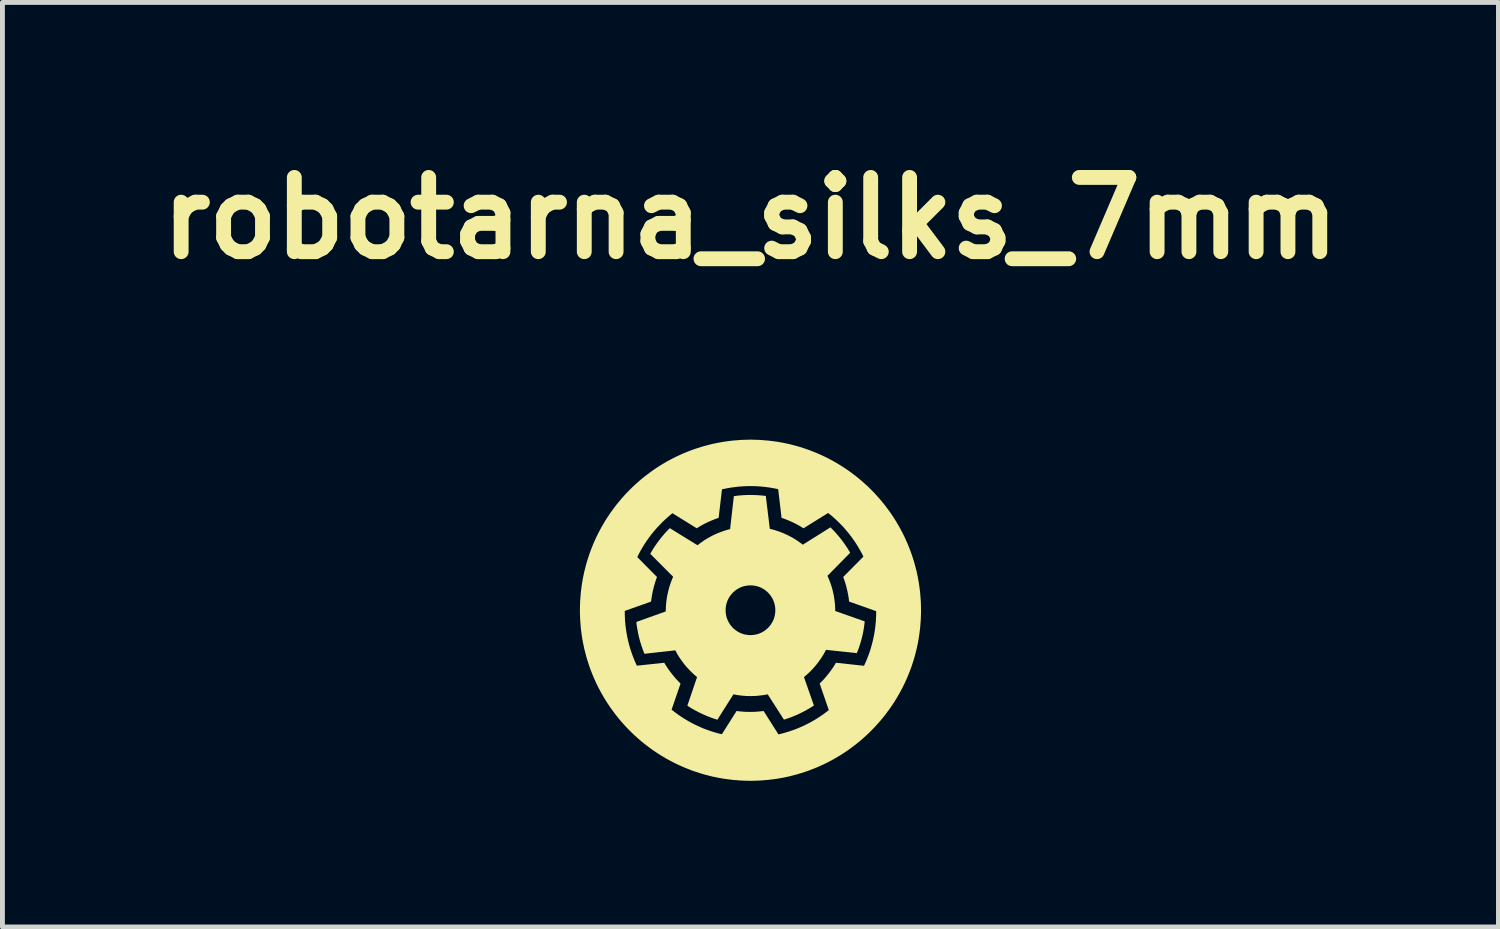
<source format=kicad_pcb>
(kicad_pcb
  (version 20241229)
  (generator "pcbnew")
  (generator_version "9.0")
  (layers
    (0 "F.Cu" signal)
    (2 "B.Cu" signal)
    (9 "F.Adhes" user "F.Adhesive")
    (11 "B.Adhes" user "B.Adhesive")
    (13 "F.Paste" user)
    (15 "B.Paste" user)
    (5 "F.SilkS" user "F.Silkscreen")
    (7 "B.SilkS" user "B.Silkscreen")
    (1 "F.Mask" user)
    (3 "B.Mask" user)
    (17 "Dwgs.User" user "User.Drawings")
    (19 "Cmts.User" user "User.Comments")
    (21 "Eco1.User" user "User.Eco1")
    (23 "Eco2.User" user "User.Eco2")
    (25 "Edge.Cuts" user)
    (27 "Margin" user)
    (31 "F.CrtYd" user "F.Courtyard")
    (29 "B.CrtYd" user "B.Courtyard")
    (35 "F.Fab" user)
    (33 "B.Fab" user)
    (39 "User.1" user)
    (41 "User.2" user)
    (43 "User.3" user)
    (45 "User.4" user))
  (footprint "robotarna_silks_7mm"
    (layer "F.Cu")
    (at 12.352 9.474)
    (property "Reference" "robotarna_silks_7mm" (at 0 -8.048 0) (layer "F.SilkS") (effects (font (size 1.524 1.524) (thickness 0.305))))
    (attr smd)
    (fp_poly (pts (xy -0.000006 0.511) (xy -2.314 0.429) (xy -2.307 0.466) (xy -2.299 0.503) (xy -2.291 0.54) (xy -2.282 0.576) (xy -2.272 0.613) (xy -2.262 0.649) (xy -2.251 0.684) (xy -2.24 0.72) (xy -2.228 0.755) (xy -2.216 0.79) (xy -2.203 0.825) (xy -2.19 0.859) (xy -2.176 0.894) (xy -1.543 0.823) (xy -1.525 0.856) (xy -1.507 0.889) (xy -1.488 0.922) (xy -1.468 0.954) (xy -1.447 0.985) (xy -1.426 1.016) (xy -1.404 1.047) (xy -1.382 1.077) (xy -1.359 1.106) (xy -1.335 1.136) (xy -1.311 1.164) (xy -1.286 1.192) (xy -1.26 1.219) (xy -1.234 1.246) (xy -1.208 1.273) (xy -1.18 1.298) (xy -1.153 1.324) (xy -1.124 1.348) (xy -1.096 1.372) (xy -1.295 1.958) (xy -1.264 1.979) (xy -1.232 1.999) (xy -1.2 2.018) (xy -1.167 2.037) (xy -1.134 2.056) (xy -1.101 2.073) (xy -1.067 2.091) (xy -1.033 2.108) (xy -0.999 2.124) (xy -0.965 2.14) (xy -0.93 2.155) (xy -0.895 2.17) (xy -0.859 2.184) (xy -0.824 2.198) (xy -0.788 2.211) (xy -0.752 2.224) (xy -0.715 2.236) (xy -0.679 2.247) (xy -0.35 1.726) (xy -0.313 1.733) (xy -0.275 1.74) (xy -0.236 1.745) (xy -0.198 1.75) (xy -0.159 1.754) (xy -0.12 1.757) (xy -0.081 1.76) (xy -0.041 1.761) (xy -0.001 1.762) (xy 0.035 1.761) (xy 0.071 1.76) (xy 0.108 1.758) (xy 0.143 1.756) (xy 0.179 1.752) (xy 0.215 1.748) (xy 0.25 1.744) (xy 0.285 1.738) (xy 0.32 1.732) (xy 0.354 1.726) (xy 0.687 2.245) (xy 0.723 2.234) (xy 0.76 2.222) (xy 0.796 2.209) (xy 0.832 2.196) (xy 0.867 2.182) (xy 0.902 2.168) (xy 0.937 2.153) (xy 0.972 2.138) (xy 1.006 2.122) (xy 1.04 2.105) (xy 1.074 2.088) (xy 1.108 2.071) (xy 1.141 2.053) (xy 1.174 2.034) (xy 1.206 2.015) (xy 1.238 1.996) (xy 1.27 1.976) (xy 1.302 1.955) (xy 1.098 1.372) (xy 1.127 1.347) (xy 1.156 1.322) (xy 1.184 1.297) (xy 1.212 1.271) (xy 1.239 1.244) (xy 1.265 1.217) (xy 1.291 1.189) (xy 1.316 1.16) (xy 1.341 1.131) (xy 1.364 1.102) (xy 1.388 1.072) (xy 1.41 1.041) (xy 1.432 1.01) (xy 1.454 0.978) (xy 1.474 0.946) (xy 1.494 0.914) (xy 1.514 0.881) (xy 1.532 0.847) (xy 1.55 0.813) (xy 2.183 0.88) (xy 2.197 0.845) (xy 2.21 0.811) (xy 2.223 0.776) (xy 2.235 0.741) (xy 2.246 0.706) (xy 2.257 0.671) (xy 2.268 0.635) (xy 2.278 0.599) (xy 2.287 0.563) (xy 2.296 0.527) (xy 2.304 0.49) (xy 2.312 0.453) (xy 2.319 0.416) (xy 2.325 0.379) (xy 2.331 0.342) (xy 2.336 0.304) (xy 2.341 0.266) (xy 2.345 0.229) (xy 1.74 0.016) (xy 1.739 -0.025) (xy 1.738 -0.065) (xy 1.735 -0.105) (xy 1.732 -0.145) (xy 1.727 -0.184) (xy 1.722 -0.224) (xy 1.716 -0.263) (xy 1.71 -0.302) (xy 1.702 -0.34) (xy 1.693 -0.378) (xy 1.684 -0.416) (xy 1.674 -0.453) (xy 1.663 -0.491) (xy 1.651 -0.527) (xy 1.638 -0.564) (xy 1.625 -0.6) (xy 1.611 -0.636) (xy 1.596 -0.671) (xy 1.58 -0.706) (xy 2.046 -1.18) (xy 2.027 -1.213) (xy 2.006 -1.247) (xy 1.986 -1.28) (xy 1.964 -1.313) (xy 1.942 -1.345) (xy 1.92 -1.377) (xy 1.897 -1.408) (xy 1.874 -1.44) (xy 1.85 -1.47) (xy 1.825 -1.501) (xy 1.8 -1.53) (xy 1.775 -1.56) (xy 1.749 -1.589) (xy 1.723 -1.618) (xy 1.696 -1.646) (xy 1.669 -1.674) (xy 1.641 -1.701) (xy 1.074 -1.345) (xy 1.045 -1.368) (xy 1.014 -1.39) (xy 0.984 -1.412) (xy 0.953 -1.433) (xy 0.921 -1.453) (xy 0.889 -1.473) (xy 0.856 -1.492) (xy 0.823 -1.51) (xy 0.79 -1.527) (xy 0.756 -1.544) (xy 0.722 -1.56) (xy 0.687 -1.576) (xy 0.652 -1.59) (xy 0.617 -1.604) (xy 0.581 -1.617) (xy 0.545 -1.629) (xy 0.508 -1.641) (xy 0.471 -1.652) (xy 0.434 -1.662) (xy 0.397 -1.671) (xy 0.315 -2.345) (xy 0.277 -2.35) (xy 0.238 -2.354) (xy 0.2 -2.357) (xy 0.161 -2.36) (xy 0.122 -2.363) (xy 0.083 -2.364) (xy 0.044 -2.365) (xy 0.004 -2.366) (xy -0.035 -2.365) (xy -0.074 -2.365) (xy -0.113 -2.363) (xy -0.151 -2.361) (xy -0.189 -2.358) (xy -0.228 -2.355) (xy -0.266 -2.351) (xy -0.304 -2.346) (xy -0.341 -2.341) (xy -0.418 -1.665) (xy -0.455 -1.656) (xy -0.492 -1.645) (xy -0.528 -1.634) (xy -0.564 -1.622) (xy -0.6 -1.609) (xy -0.635 -1.596) (xy -0.67 -1.582) (xy -0.705 -1.567) (xy -0.739 -1.551) (xy -0.773 -1.535) (xy -0.806 -1.518) (xy -0.839 -1.5) (xy -0.872 -1.481) (xy -0.904 -1.462) (xy -0.936 -1.443) (xy -0.967 -1.422) (xy -0.997 -1.401) (xy -1.028 -1.379) (xy -1.057 -1.357) (xy -1.087 -1.334) (xy -1.656 -1.685) (xy -1.683 -1.657) (xy -1.71 -1.629) (xy -1.737 -1.601) (xy -1.763 -1.572) (xy -1.788 -1.542) (xy -1.814 -1.512) (xy -1.838 -1.482) (xy -1.862 -1.451) (xy -1.886 -1.42) (xy -1.909 -1.389) (xy -1.932 -1.357) (xy -1.954 -1.325) (xy -1.976 -1.292) (xy -1.997 -1.259) (xy -2.017 -1.226) (xy -2.037 -1.192) (xy -2.057 -1.158) (xy -1.587 -0.687) (xy -1.602 -0.653) (xy -1.616 -0.618) (xy -1.629 -0.583) (xy -1.642 -0.548) (xy -1.654 -0.512) (xy -1.665 -0.476) (xy -1.676 -0.439) (xy -1.685 -0.402) (xy -1.694 -0.365) (xy -1.702 -0.328) (xy -1.71 -0.29) (xy -1.716 -0.252) (xy -1.722 -0.214) (xy -1.727 -0.176) (xy -1.731 -0.137) (xy -1.734 -0.098) (xy -1.736 -0.059) (xy -1.737 -0.019) (xy -1.738 0.02) (xy -1.738 0.024) (xy -2.342 0.241) (xy -2.338 0.279) (xy -2.333 0.317) (xy -2.327 0.355) (xy -2.321 0.392) (xy -2.314 0.429) (xy -0.000006 0.511) (xy -0.036 0.509) (xy -0.072 0.505) (xy -0.107 0.499) (xy -0.141 0.491) (xy -0.175 0.48) (xy -0.207 0.467) (xy -0.238 0.452) (xy -0.267 0.435) (xy -0.296 0.416) (xy -0.323 0.395) (xy -0.349 0.373) (xy -0.373 0.349) (xy -0.395 0.323) (xy -0.416 0.296) (xy -0.435 0.267) (xy -0.452 0.238) (xy -0.467 0.207) (xy -0.48 0.175) (xy -0.491 0.141) (xy -0.499 0.107) (xy -0.505 0.072) (xy -0.509 0.036) (xy -0.51 0.000012) (xy -0.509 -0.036) (xy -0.505 -0.072) (xy -0.499 -0.107) (xy -0.491 -0.141) (xy -0.48 -0.174) (xy -0.467 -0.207) (xy -0.452 -0.238) (xy -0.435 -0.267) (xy -0.416 -0.296) (xy -0.395 -0.323) (xy -0.373 -0.349) (xy -0.349 -0.373) (xy -0.323 -0.395) (xy -0.296 -0.416) (xy -0.267 -0.435) (xy -0.238 -0.452) (xy -0.207 -0.467) (xy -0.175 -0.48) (xy -0.141 -0.491) (xy -0.107 -0.499) (xy -0.072 -0.505) (xy -0.036 -0.509) (xy -0.000006 -0.51) (xy 0.036 -0.509) (xy 0.072 -0.505) (xy 0.107 -0.499) (xy 0.141 -0.491) (xy 0.174 -0.48) (xy 0.207 -0.467) (xy 0.238 -0.452) (xy 0.267 -0.435) (xy 0.296 -0.416) (xy 0.323 -0.395) (xy 0.349 -0.373) (xy 0.373 -0.349) (xy 0.395 -0.323) (xy 0.416 -0.296) (xy 0.435 -0.267) (xy 0.452 -0.238) (xy 0.467 -0.207) (xy 0.48 -0.174) (xy 0.491 -0.141) (xy 0.499 -0.107) (xy 0.505 -0.072) (xy 0.509 -0.036) (xy 0.51 0.000012) (xy 0.509 0.036) (xy 0.505 0.072) (xy 0.499 0.107) (xy 0.491 0.141) (xy 0.48 0.175) (xy 0.467 0.207) (xy 0.452 0.238) (xy 0.435 0.267) (xy 0.416 0.296) (xy 0.395 0.323) (xy 0.373 0.349) (xy 0.349 0.373) (xy 0.323 0.395) (xy 0.296 0.416) (xy 0.267 0.435) (xy 0.238 0.452) (xy 0.207 0.467) (xy 0.174 0.48) (xy 0.141 0.491) (xy 0.107 0.499) (xy 0.072 0.505) (xy 0.036 0.509) (xy -0.000006 0.511)) (stroke (width 0) (type solid)) (fill yes) (layer "F.SilkS"))
    (fp_poly (pts (xy 2.33 1.14) (xy 0.517 3.462) (xy 0.553 3.457) (xy 0.589 3.451) (xy 0.625 3.444) (xy 0.661 3.438) (xy 0.696 3.431) (xy 0.732 3.423) (xy 0.767 3.416) (xy 0.803 3.408) (xy 0.838 3.399) (xy 0.873 3.39) (xy 0.907 3.381) (xy 0.942 3.372) (xy 0.976 3.362) (xy 1.011 3.352) (xy 1.045 3.341) (xy 1.079 3.33) (xy 1.113 3.319) (xy 1.147 3.308) (xy 1.18 3.296) (xy 1.214 3.284) (xy 1.247 3.271) (xy 1.28 3.258) (xy 1.313 3.245) (xy 1.346 3.232) (xy 1.379 3.218) (xy 1.411 3.204) (xy 1.443 3.189) (xy 1.476 3.175) (xy 1.507 3.16) (xy 1.539 3.144) (xy 1.571 3.129) (xy 1.602 3.113) (xy 1.633 3.096) (xy 1.664 3.08) (xy 1.695 3.063) (xy 1.726 3.046) (xy 1.756 3.028) (xy 1.787 3.01) (xy 1.817 2.992) (xy 1.847 2.974) (xy 1.876 2.955) (xy 1.906 2.936) (xy 1.935 2.917) (xy 1.964 2.897) (xy 1.993 2.878) (xy 2.022 2.857) (xy 2.05 2.837) (xy 2.078 2.816) (xy 2.106 2.795) (xy 2.134 2.774) (xy 2.162 2.753) (xy 2.189 2.731) (xy 2.216 2.709) (xy 2.243 2.687) (xy 2.27 2.664) (xy 2.296 2.642) (xy 2.322 2.618) (xy 2.348 2.595) (xy 2.374 2.572) (xy 2.4 2.548) (xy 2.425 2.524) (xy 2.45 2.499) (xy 2.475 2.475) (xy 2.499 2.45) (xy 2.524 2.425) (xy 2.548 2.4) (xy 2.572 2.374) (xy 2.595 2.348) (xy 2.618 2.322) (xy 2.642 2.296) (xy 2.664 2.27) (xy 2.687 2.243) (xy 2.709 2.216) (xy 2.731 2.189) (xy 2.753 2.162) (xy 2.774 2.134) (xy 2.795 2.106) (xy 2.816 2.078) (xy 2.837 2.05) (xy 2.857 2.022) (xy 2.878 1.993) (xy 2.897 1.964) (xy 2.917 1.935) (xy 2.936 1.906) (xy 2.955 1.876) (xy 2.974 1.847) (xy 2.992 1.817) (xy 3.01 1.787) (xy 3.028 1.756) (xy 3.046 1.726) (xy 3.063 1.695) (xy 3.08 1.664) (xy 3.096 1.633) (xy 3.113 1.602) (xy 3.129 1.571) (xy 3.144 1.539) (xy 3.16 1.507) (xy 3.175 1.476) (xy 3.189 1.443) (xy 3.204 1.411) (xy 3.218 1.379) (xy 3.232 1.346) (xy 3.245 1.313) (xy 3.258 1.28) (xy 3.271 1.247) (xy 3.284 1.214) (xy 3.296 1.18) (xy 3.308 1.147) (xy 3.319 1.113) (xy 3.33 1.079) (xy 3.341 1.045) (xy 3.352 1.011) (xy 3.362 0.976) (xy 3.372 0.942) (xy 3.381 0.907) (xy 3.39 0.873) (xy 3.399 0.838) (xy 3.408 0.803) (xy 3.416 0.767) (xy 3.423 0.732) (xy 3.431 0.696) (xy 3.438 0.661) (xy 3.444 0.625) (xy 3.451 0.589) (xy 3.457 0.553) (xy 3.462 0.517) (xy 3.467 0.481) (xy 3.472 0.445) (xy 3.476 0.408) (xy 3.481 0.372) (xy 3.484 0.335) (xy 3.487 0.298) (xy 3.49 0.261) (xy 3.493 0.224) (xy 3.495 0.187) (xy 3.497 0.15) (xy 3.498 0.113) (xy 3.499 0.075) (xy 3.5 0.038) (xy 3.5 0.00001) (xy 3.5 -0.038) (xy 3.499 -0.075) (xy 3.498 -0.113) (xy 3.497 -0.15) (xy 3.495 -0.187) (xy 3.493 -0.224) (xy 3.49 -0.261) (xy 3.487 -0.298) (xy 3.484 -0.335) (xy 3.481 -0.372) (xy 3.476 -0.408) (xy 3.472 -0.445) (xy 3.467 -0.481) (xy 3.462 -0.517) (xy 3.457 -0.553) (xy 3.451 -0.589) (xy 3.444 -0.625) (xy 3.438 -0.661) (xy 3.431 -0.696) (xy 3.423 -0.732) (xy 3.416 -0.767) (xy 3.408 -0.803) (xy 3.399 -0.838) (xy 3.39 -0.873) (xy 3.381 -0.907) (xy 3.372 -0.942) (xy 3.362 -0.976) (xy 3.352 -1.011) (xy 3.341 -1.045) (xy 3.33 -1.079) (xy 3.319 -1.113) (xy 3.308 -1.147) (xy 3.296 -1.18) (xy 3.284 -1.214) (xy 3.271 -1.247) (xy 3.258 -1.28) (xy 3.245 -1.313) (xy 3.232 -1.346) (xy 3.218 -1.379) (xy 3.204 -1.411) (xy 3.189 -1.443) (xy 3.175 -1.476) (xy 3.16 -1.507) (xy 3.144 -1.539) (xy 3.129 -1.571) (xy 3.113 -1.602) (xy 3.096 -1.633) (xy 3.08 -1.664) (xy 3.063 -1.695) (xy 3.046 -1.726) (xy 3.028 -1.756) (xy 3.01 -1.787) (xy 2.992 -1.817) (xy 2.974 -1.847) (xy 2.955 -1.876) (xy 2.936 -1.906) (xy 2.917 -1.935) (xy 2.897 -1.964) (xy 2.878 -1.993) (xy 2.857 -2.022) (xy 2.837 -2.05) (xy 2.816 -2.078) (xy 2.795 -2.106) (xy 2.774 -2.134) (xy 2.753 -2.162) (xy 2.731 -2.189) (xy 2.709 -2.216) (xy 2.687 -2.243) (xy 2.664 -2.27) (xy 2.642 -2.296) (xy 2.618 -2.322) (xy 2.595 -2.348) (xy 2.572 -2.374) (xy 2.548 -2.4) (xy 2.524 -2.425) (xy 2.499 -2.45) (xy 2.475 -2.475) (xy 2.45 -2.499) (xy 2.425 -2.524) (xy 2.4 -2.548) (xy 2.374 -2.572) (xy 2.348 -2.595) (xy 2.322 -2.618) (xy 2.296 -2.642) (xy 2.27 -2.664) (xy 2.243 -2.687) (xy 2.216 -2.709) (xy 2.189 -2.731) (xy 2.162 -2.753) (xy 2.134 -2.774) (xy 2.106 -2.795) (xy 2.078 -2.816) (xy 2.05 -2.837) (xy 2.022 -2.857) (xy 1.993 -2.878) (xy 1.964 -2.897) (xy 1.935 -2.917) (xy 1.906 -2.936) (xy 1.876 -2.955) (xy 1.847 -2.974) (xy 1.817 -2.992) (xy 1.787 -3.01) (xy 1.756 -3.028) (xy 1.726 -3.046) (xy 1.695 -3.063) (xy 1.664 -3.08) (xy 1.633 -3.096) (xy 1.602 -3.113) (xy 1.571 -3.129) (xy 1.539 -3.144) (xy 1.507 -3.16) (xy 1.476 -3.175) (xy 1.443 -3.189) (xy 1.411 -3.204) (xy 1.379 -3.218) (xy 1.346 -3.232) (xy 1.313 -3.245) (xy 1.28 -3.258) (xy 1.247 -3.271) (xy 1.214 -3.284) (xy 1.18 -3.296) (xy 1.147 -3.308) (xy 1.113 -3.319) (xy 1.079 -3.33) (xy 1.045 -3.341) (xy 1.011 -3.352) (xy 0.976 -3.362) (xy 0.942 -3.372) (xy 0.907 -3.381) (xy 0.873 -3.39) (xy 0.838 -3.399) (xy 0.803 -3.408) (xy 0.767 -3.416) (xy 0.732 -3.423) (xy 0.696 -3.431) (xy 0.661 -3.438) (xy 0.625 -3.444) (xy 0.589 -3.451) (xy 0.553 -3.457) (xy 0.517 -3.462) (xy 0.481 -3.467) (xy 0.445 -3.472) (xy 0.408 -3.476) (xy 0.372 -3.481) (xy 0.335 -3.484) (xy 0.298 -3.487) (xy 0.261 -3.49) (xy 0.224 -3.493) (xy 0.187 -3.495) (xy 0.15 -3.497) (xy 0.113 -3.498) (xy 0.075 -3.499) (xy 0.038 -3.5) (xy -0.00001 -3.5) (xy -0.038 -3.5) (xy -0.075 -3.499) (xy -0.113 -3.498) (xy -0.15 -3.497) (xy -0.187 -3.495) (xy -0.224 -3.493) (xy -0.261 -3.49) (xy -0.298 -3.487) (xy -0.335 -3.484) (xy -0.372 -3.481) (xy -0.408 -3.476) (xy -0.445 -3.472) (xy -0.481 -3.467) (xy -0.517 -3.462) (xy -0.553 -3.457) (xy -0.589 -3.451) (xy -0.625 -3.444) (xy -0.661 -3.438) (xy -0.696 -3.431) (xy -0.732 -3.423) (xy -0.767 -3.416) (xy -0.803 -3.408) (xy -0.838 -3.399) (xy -0.873 -3.39) (xy -0.907 -3.381) (xy -0.942 -3.372) (xy -0.976 -3.362) (xy -1.011 -3.352) (xy -1.045 -3.341) (xy -1.079 -3.33) (xy -1.113 -3.319) (xy -1.147 -3.308) (xy -1.18 -3.296) (xy -1.214 -3.284) (xy -1.247 -3.271) (xy -1.28 -3.258) (xy -1.313 -3.245) (xy -1.346 -3.232) (xy -1.379 -3.218) (xy -1.411 -3.204) (xy -1.443 -3.189) (xy -1.476 -3.175) (xy -1.507 -3.16) (xy -1.539 -3.144) (xy -1.571 -3.129) (xy -1.602 -3.113) (xy -1.633 -3.096) (xy -1.664 -3.08) (xy -1.695 -3.063) (xy -1.726 -3.046) (xy -1.756 -3.028) (xy -1.787 -3.01) (xy -1.817 -2.992) (xy -1.847 -2.974) (xy -1.876 -2.955) (xy -1.906 -2.936) (xy -1.935 -2.917) (xy -1.964 -2.897) (xy -1.993 -2.878) (xy -2.022 -2.857) (xy -2.05 -2.837) (xy -2.078 -2.816) (xy -2.106 -2.795) (xy -2.134 -2.774) (xy -2.162 -2.753) (xy -2.189 -2.731) (xy -2.216 -2.709) (xy -2.243 -2.687) (xy -2.27 -2.664) (xy -2.296 -2.642) (xy -2.322 -2.618) (xy -2.348 -2.595) (xy -2.374 -2.572) (xy -2.4 -2.548) (xy -2.425 -2.524) (xy -2.45 -2.499) (xy -2.475 -2.475) (xy -2.499 -2.45) (xy -2.524 -2.425) (xy -2.548 -2.4) (xy -2.572 -2.374) (xy -2.595 -2.348) (xy -2.618 -2.322) (xy -2.642 -2.296) (xy -2.664 -2.27) (xy -2.687 -2.243) (xy -2.709 -2.216) (xy -2.731 -2.189) (xy -2.753 -2.162) (xy -2.774 -2.134) (xy -2.795 -2.106) (xy -2.816 -2.078) (xy -2.837 -2.05) (xy -2.857 -2.022) (xy -2.878 -1.993) (xy -2.897 -1.964) (xy -2.917 -1.935) (xy -2.936 -1.906) (xy -2.955 -1.876) (xy -2.974 -1.847) (xy -2.992 -1.817) (xy -3.01 -1.787) (xy -3.028 -1.756) (xy -3.046 -1.726) (xy -3.063 -1.695) (xy -3.08 -1.664) (xy -3.096 -1.633) (xy -3.113 -1.602) (xy -3.129 -1.571) (xy -3.144 -1.539) (xy -3.16 -1.507) (xy -3.175 -1.476) (xy -3.189 -1.443) (xy -3.204 -1.411) (xy -3.218 -1.379) (xy -3.232 -1.346) (xy -3.245 -1.313) (xy -3.258 -1.28) (xy -3.271 -1.247) (xy -3.284 -1.214) (xy -3.296 -1.18) (xy -3.308 -1.147) (xy -3.319 -1.113) (xy -3.33 -1.079) (xy -3.341 -1.045) (xy -3.352 -1.011) (xy -3.362 -0.976) (xy -3.372 -0.942) (xy -3.381 -0.907) (xy -3.39 -0.873) (xy -3.399 -0.838) (xy -3.408 -0.803) (xy -3.416 -0.767) (xy -3.423 -0.732) (xy -3.431 -0.696) (xy -3.438 -0.661) (xy -3.444 -0.625) (xy -3.451 -0.589) (xy -3.457 -0.553) (xy -3.462 -0.517) (xy -3.467 -0.481) (xy -3.472 -0.445) (xy -3.476 -0.408) (xy -3.481 -0.372) (xy -3.484 -0.335) (xy -3.487 -0.298) (xy -3.49 -0.261) (xy -3.493 -0.224) (xy -3.495 -0.187) (xy -3.497 -0.15) (xy -3.498 -0.113) (xy -3.499 -0.075) (xy -3.5 -0.038) (xy -3.5 0.00001) (xy -3.5 0.038) (xy -3.499 0.075) (xy -3.498 0.113) (xy -3.497 0.15) (xy -3.495 0.187) (xy -3.493 0.224) (xy -3.49 0.261) (xy -3.487 0.298) (xy -3.484 0.335) (xy -3.481 0.372) (xy -3.476 0.408) (xy -3.472 0.445) (xy -3.467 0.481) (xy -3.462 0.517) (xy -3.457 0.553) (xy -3.451 0.589) (xy -3.444 0.625) (xy -3.438 0.661) (xy -3.431 0.696) (xy -3.423 0.732) (xy -3.416 0.767) (xy -3.408 0.803) (xy -3.399 0.838) (xy -3.39 0.873) (xy -3.381 0.907) (xy -3.372 0.942) (xy -3.362 0.976) (xy -3.352 1.011) (xy -3.341 1.045) (xy -3.33 1.079) (xy -3.319 1.113) (xy -3.308 1.147) (xy -3.296 1.18) (xy -3.284 1.214) (xy -3.271 1.247) (xy -3.258 1.28) (xy -3.245 1.313) (xy -3.232 1.346) (xy -3.218 1.379) (xy -3.204 1.411) (xy -3.189 1.443) (xy -3.175 1.476) (xy -3.16 1.507) (xy -3.144 1.539) (xy -3.129 1.571) (xy -3.113 1.602) (xy -3.096 1.633) (xy -3.08 1.664) (xy -3.063 1.695) (xy -3.046 1.726) (xy -3.028 1.756) (xy -3.01 1.787) (xy -2.992 1.817) (xy -2.974 1.847) (xy -2.955 1.876) (xy -2.936 1.906) (xy -2.917 1.935) (xy -2.897 1.964) (xy -2.878 1.993) (xy -2.857 2.022) (xy -2.837 2.05) (xy -2.816 2.078) (xy -2.795 2.106) (xy -2.774 2.134) (xy -2.753 2.162) (xy -2.731 2.189) (xy -2.709 2.216) (xy -2.687 2.243) (xy -2.664 2.27) (xy -2.642 2.296) (xy -2.618 2.322) (xy -2.595 2.348) (xy -2.572 2.374) (xy -2.548 2.4) (xy -2.524 2.425) (xy -2.499 2.45) (xy -2.475 2.475) (xy -2.45 2.499) (xy -2.425 2.524) (xy -2.4 2.548) (xy -2.374 2.572) (xy -2.348 2.595) (xy -2.322 2.618) (xy -2.296 2.642) (xy -2.27 2.664) (xy -2.243 2.687) (xy -2.216 2.709) (xy -2.189 2.731) (xy -2.162 2.753) (xy -2.134 2.774) (xy -2.106 2.795) (xy -2.078 2.816) (xy -2.05 2.837) (xy -2.022 2.857) (xy -1.993 2.878) (xy -1.964 2.897) (xy -1.935 2.917) (xy -1.906 2.936) (xy -1.876 2.955) (xy -1.847 2.974) (xy -1.817 2.992) (xy -1.787 3.01) (xy -1.756 3.028) (xy -1.726 3.046) (xy -1.695 3.063) (xy -1.664 3.08) (xy -1.633 3.096) (xy -1.602 3.113) (xy -1.571 3.129) (xy -1.539 3.144) (xy -1.507 3.16) (xy -1.476 3.175) (xy -1.443 3.189) (xy -1.411 3.204) (xy -1.379 3.218) (xy -1.346 3.232) (xy -1.313 3.245) (xy -1.28 3.258) (xy -1.247 3.271) (xy -1.214 3.284) (xy -1.18 3.296) (xy -1.147 3.308) (xy -1.113 3.319) (xy -1.079 3.33) (xy -1.045 3.341) (xy -1.011 3.352) (xy -0.976 3.362) (xy -0.942 3.372) (xy -0.907 3.381) (xy -0.873 3.39) (xy -0.838 3.399) (xy -0.803 3.408) (xy -0.767 3.416) (xy -0.732 3.423) (xy -0.696 3.431) (xy -0.661 3.438) (xy -0.625 3.444) (xy -0.589 3.451) (xy -0.553 3.457) (xy -0.517 3.462) (xy -0.481 3.467) (xy -0.445 3.472) (xy -0.408 3.476) (xy -0.372 3.481) (xy -0.335 3.484) (xy -0.298 3.487) (xy -0.261 3.49) (xy -0.224 3.493) (xy -0.187 3.495) (xy -0.15 3.497) (xy -0.113 3.498) (xy -0.075 3.499) (xy -0.038 3.5) (xy -0.00001 3.5) (xy 0.038 3.5) (xy 0.075 3.499) (xy 0.113 3.498) (xy 0.15 3.497) (xy 0.187 3.495) (xy 0.224 3.493) (xy 0.261 3.49) (xy 0.298 3.487) (xy 0.335 3.484) (xy 0.372 3.481) (xy 0.408 3.476) (xy 0.445 3.472) (xy 0.481 3.467) (xy 0.517 3.462) (xy 2.33 1.14) (xy 1.755 1.078) (xy 1.735 1.111) (xy 1.714 1.144) (xy 1.693 1.177) (xy 1.671 1.209) (xy 1.648 1.241) (xy 1.625 1.272) (xy 1.601 1.303) (xy 1.577 1.333) (xy 1.552 1.363) (xy 1.527 1.393) (xy 1.501 1.422) (xy 1.474 1.45) (xy 1.447 1.478) (xy 1.42 1.505) (xy 1.608 2.05) (xy 1.578 2.073) (xy 1.547 2.096) (xy 1.517 2.119) (xy 1.486 2.141) (xy 1.454 2.163) (xy 1.423 2.184) (xy 1.391 2.205) (xy 1.358 2.226) (xy 1.326 2.246) (xy 1.293 2.265) (xy 1.26 2.284) (xy 1.226 2.303) (xy 1.192 2.321) (xy 1.158 2.338) (xy 1.123 2.355) (xy 1.089 2.372) (xy 1.054 2.388) (xy 1.018 2.403) (xy 0.983 2.418) (xy 0.947 2.433) (xy 0.911 2.447) (xy 0.874 2.46) (xy 0.838 2.473) (xy 0.801 2.485) (xy 0.764 2.497) (xy 0.726 2.508) (xy 0.689 2.519) (xy 0.651 2.529) (xy 0.613 2.539) (xy 0.574 2.548) (xy 0.27 2.068) (xy 0.236 2.072) (xy 0.201 2.076) (xy 0.167 2.079) (xy 0.132 2.082) (xy 0.098 2.084) (xy 0.063 2.086) (xy 0.028 2.086) (xy -0.007 2.087) (xy -0.043 2.086) (xy -0.078 2.086) (xy -0.113 2.084) (xy -0.147 2.082) (xy -0.182 2.079) (xy -0.216 2.076) (xy -0.251 2.072) (xy -0.285 2.068) (xy -0.587 2.545) (xy -0.626 2.536) (xy -0.664 2.526) (xy -0.702 2.515) (xy -0.739 2.505) (xy -0.777 2.493) (xy -0.814 2.481) (xy -0.851 2.468) (xy -0.887 2.455) (xy -0.924 2.442) (xy -0.96 2.428) (xy -0.996 2.413) (xy -1.031 2.398) (xy -1.066 2.382) (xy -1.101 2.366) (xy -1.136 2.349) (xy -1.171 2.332) (xy -1.205 2.314) (xy -1.238 2.296) (xy -1.272 2.277) (xy -1.305 2.258) (xy -1.338 2.238) (xy -1.371 2.218) (xy -1.403 2.197) (xy -1.435 2.176) (xy -1.466 2.155) (xy -1.498 2.133) (xy -1.529 2.11) (xy -1.559 2.087) (xy -1.589 2.064) (xy -1.619 2.04) (xy -1.435 1.505) (xy -1.462 1.478) (xy -1.489 1.45) (xy -1.516 1.422) (xy -1.542 1.393) (xy -1.567 1.363) (xy -1.592 1.333) (xy -1.616 1.303) (xy -1.64 1.272) (xy -1.663 1.241) (xy -1.686 1.209) (xy -1.708 1.177) (xy -1.729 1.144) (xy -1.75 1.111) (xy -1.77 1.078) (xy -2.331 1.138) (xy -2.347 1.105) (xy -2.362 1.071) (xy -2.377 1.037) (xy -2.391 1.002) (xy -2.405 0.968) (xy -2.418 0.933) (xy -2.431 0.897) (xy -2.443 0.862) (xy -2.455 0.826) (xy -2.467 0.791) (xy -2.477 0.755) (xy -2.488 0.718) (xy -2.497 0.682) (xy -2.507 0.645) (xy -2.515 0.608) (xy -2.524 0.571) (xy -2.531 0.534) (xy -2.538 0.496) (xy -2.545 0.458) (xy -2.551 0.42) (xy -2.556 0.382) (xy -2.561 0.344) (xy -2.566 0.306) (xy -2.569 0.267) (xy -2.573 0.228) (xy -2.575 0.189) (xy -2.577 0.15) (xy -2.579 0.111) (xy -2.58 0.072) (xy -2.58 0.032) (xy -2.58 0.014) (xy -2.039 -0.178) (xy -2.035 -0.216) (xy -2.03 -0.253) (xy -2.024 -0.29) (xy -2.017 -0.327) (xy -2.01 -0.364) (xy -2.003 -0.4) (xy -1.994 -0.436) (xy -1.985 -0.472) (xy -1.976 -0.508) (xy -1.965 -0.543) (xy -1.955 -0.579) (xy -1.943 -0.613) (xy -1.931 -0.648) (xy -1.918 -0.682) (xy -2.323 -1.091) (xy -2.306 -1.126) (xy -2.288 -1.161) (xy -2.27 -1.195) (xy -2.251 -1.229) (xy -2.232 -1.263) (xy -2.212 -1.297) (xy -2.191 -1.33) (xy -2.171 -1.363) (xy -2.149 -1.395) (xy -2.128 -1.427) (xy -2.105 -1.459) (xy -2.083 -1.491) (xy -2.059 -1.522) (xy -2.036 -1.553) (xy -2.012 -1.583) (xy -1.987 -1.613) (xy -1.962 -1.643) (xy -1.937 -1.672) (xy -1.911 -1.701) (xy -1.885 -1.729) (xy -1.858 -1.757) (xy -1.831 -1.785) (xy -1.804 -1.812) (xy -1.776 -1.839) (xy -1.748 -1.865) (xy -1.719 -1.891) (xy -1.69 -1.917) (xy -1.661 -1.942) (xy -1.631 -1.967) (xy -1.601 -1.991) (xy -1.103 -1.682) (xy -1.071 -1.702) (xy -1.038 -1.722) (xy -1.005 -1.741) (xy -0.972 -1.759) (xy -0.938 -1.777) (xy -0.903 -1.794) (xy -0.869 -1.811) (xy -0.834 -1.826) (xy -0.798 -1.842) (xy -0.763 -1.856) (xy -0.726 -1.87) (xy -0.69 -1.884) (xy -0.653 -1.896) (xy -0.585 -2.481) (xy -0.547 -2.49) (xy -0.509 -2.497) (xy -0.471 -2.505) (xy -0.433 -2.512) (xy -0.394 -2.518) (xy -0.356 -2.523) (xy -0.317 -2.528) (xy -0.278 -2.533) (xy -0.239 -2.537) (xy -0.199 -2.54) (xy -0.16 -2.543) (xy -0.12 -2.545) (xy -0.08 -2.547) (xy -0.04 -2.547) (xy -0.00001 -2.548) (xy 0.039 -2.547) (xy 0.078 -2.547) (xy 0.117 -2.545) (xy 0.155 -2.543) (xy 0.194 -2.541) (xy 0.232 -2.537) (xy 0.27 -2.534) (xy 0.308 -2.529) (xy 0.346 -2.525) (xy 0.384 -2.519) (xy 0.421 -2.513) (xy 0.459 -2.507) (xy 0.496 -2.5) (xy 0.533 -2.493) (xy 0.569 -2.485) (xy 0.638 -1.896) (xy 0.675 -1.884) (xy 0.712 -1.87) (xy 0.748 -1.856) (xy 0.783 -1.842) (xy 0.819 -1.826) (xy 0.854 -1.811) (xy 0.888 -1.794) (xy 0.923 -1.777) (xy 0.957 -1.759) (xy 0.99 -1.741) (xy 1.023 -1.722) (xy 1.056 -1.702) (xy 1.088 -1.682) (xy 1.594 -1.996) (xy 1.624 -1.972) (xy 1.654 -1.948) (xy 1.684 -1.923) (xy 1.713 -1.897) (xy 1.741 -1.871) (xy 1.77 -1.845) (xy 1.797 -1.818) (xy 1.825 -1.791) (xy 1.852 -1.764) (xy 1.879 -1.736) (xy 1.905 -1.708) (xy 1.931 -1.679) (xy 1.956 -1.65) (xy 1.981 -1.62) (xy 2.006 -1.591) (xy 2.03 -1.56) (xy 2.053 -1.53) (xy 2.077 -1.499) (xy 2.099 -1.467) (xy 2.122 -1.436) (xy 2.144 -1.404) (xy 2.165 -1.371) (xy 2.186 -1.339) (xy 2.206 -1.306) (xy 2.226 -1.272) (xy 2.245 -1.239) (xy 2.264 -1.205) (xy 2.283 -1.17) (xy 2.301 -1.136) (xy 2.318 -1.101) (xy 1.903 -0.682) (xy 1.916 -0.648) (xy 1.928 -0.613) (xy 1.94 -0.579) (xy 1.951 -0.543) (xy 1.961 -0.508) (xy 1.97 -0.472) (xy 1.979 -0.436) (xy 1.988 -0.4) (xy 1.995 -0.364) (xy 2.003 -0.327) (xy 2.009 -0.29) (xy 2.015 -0.253) (xy 2.02 -0.216) (xy 2.024 -0.178) (xy 2.58 0.019) (xy 2.58 0.032) (xy 2.58 0.072) (xy 2.579 0.111) (xy 2.577 0.15) (xy 2.575 0.19) (xy 2.573 0.229) (xy 2.569 0.267) (xy 2.565 0.306) (xy 2.561 0.345) (xy 2.556 0.383) (xy 2.551 0.421) (xy 2.545 0.459) (xy 2.538 0.497) (xy 2.531 0.534) (xy 2.523 0.572) (xy 2.515 0.609) (xy 2.506 0.646) (xy 2.497 0.683) (xy 2.487 0.719) (xy 2.477 0.756) (xy 2.466 0.792) (xy 2.455 0.828) (xy 2.443 0.863) (xy 2.431 0.899) (xy 2.418 0.934) (xy 2.404 0.969) (xy 2.391 1.004) (xy 2.376 1.038) (xy 2.361 1.072) (xy 2.346 1.106) (xy 2.33 1.14)) (stroke (width 0) (type solid)) (fill yes) (layer "F.SilkS")))
  (gr_rect
    (start -3 -3)
    (end 27.703 15.974)
    (stroke (width 0.1) (type default))
    (fill no)
    (layer "Edge.Cuts")))
</source>
